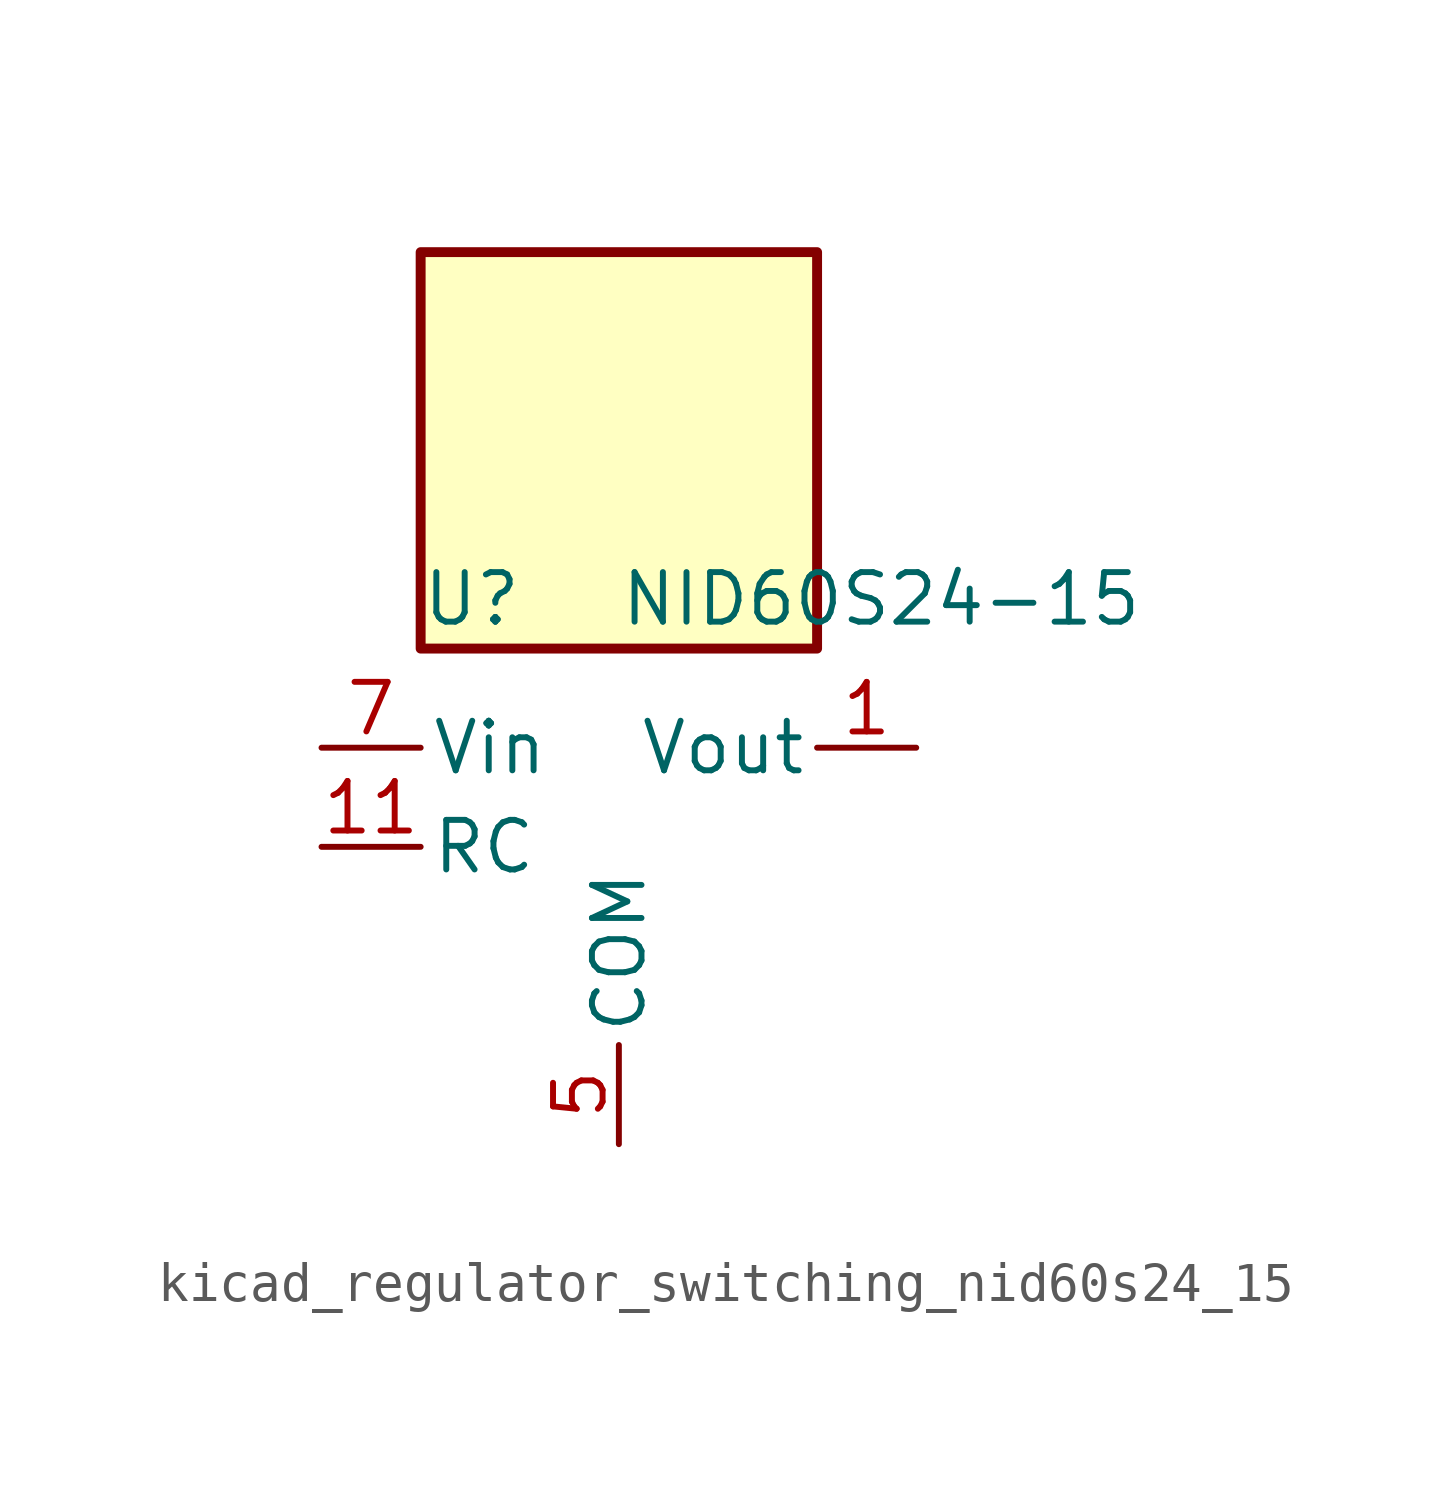
<source format=kicad_sym>
(kicad_symbol_lib
  (version 20220914)
  (generator kicad_symbol_editor)
  (symbol "kicad_regulator_switching_nid60s24_15"
    (pin_names
      (offset 0.254))
    (property "Reference" "U"
      (at -5.08 6.35 0)
      (effects (font (size 1.27 1.27)) (justify left)))
    (property "Value" "NID60S24-15"
      (at 0 6.35 0)
      (effects (font (size 1.27 1.27)) (justify left)))
    (symbol "kicad_regulator_switching_nid60s24_15_0_1"
      (rectangle (start 5.08 15.24) (end -5.08 5.08) (stroke (width 0.254) (type default)) (fill (type background))))
    (symbol "kicad_regulator_switching_nid60s24_15_1_1"
      (pin power_out line (at 7.62 2.54 180) (length 2.54) (name "Vout" (effects (font (size 1.27 1.27)))) (number "1" (effects (font (size 1.27 1.27)))))
      (pin no_connect line (at 5.08 -2.54 180) (length 2.54) hide (name "NC" (effects (font (size 1.27 1.27)))) (number "10" (effects (font (size 1.27 1.27)))))
      (pin input line (at -7.62 0 0) (length 2.54) (name "RC" (effects (font (size 1.27 1.27)))) (number "11" (effects (font (size 1.27 1.27)))))
      (pin passive line (at 7.62 2.54 180) (length 2.54) hide (name "Vout" (effects (font (size 1.27 1.27)))) (number "2" (effects (font (size 1.27 1.27)))))
      (pin passive line (at 7.62 2.54 180) (length 2.54) hide (name "Vout" (effects (font (size 1.27 1.27)))) (number "3" (effects (font (size 1.27 1.27)))))
      (pin passive line (at 7.62 2.54 180) (length 2.54) hide (name "Vout" (effects (font (size 1.27 1.27)))) (number "4" (effects (font (size 1.27 1.27)))))
      (pin power_in line (at 0 -7.62 90) (length 2.54) (name "COM" (effects (font (size 1.27 1.27)))) (number "5" (effects (font (size 1.27 1.27)))))
      (pin passive line (at 0 -7.62 90) (length 2.54) hide (name "COM" (effects (font (size 1.27 1.27)))) (number "6" (effects (font (size 1.27 1.27)))))
      (pin power_in line (at -7.62 2.54 0) (length 2.54) (name "Vin" (effects (font (size 1.27 1.27)))) (number "7" (effects (font (size 1.27 1.27)))))
      (pin passive line (at -7.62 2.54 0) (length 2.54) hide (name "Vin" (effects (font (size 1.27 1.27)))) (number "8" (effects (font (size 1.27 1.27)))))
      (pin no_connect line (at 5.08 0 180) (length 2.54) hide (name "NC" (effects (font (size 1.27 1.27)))) (number "9" (effects (font (size 1.27 1.27))))))))
</source>
